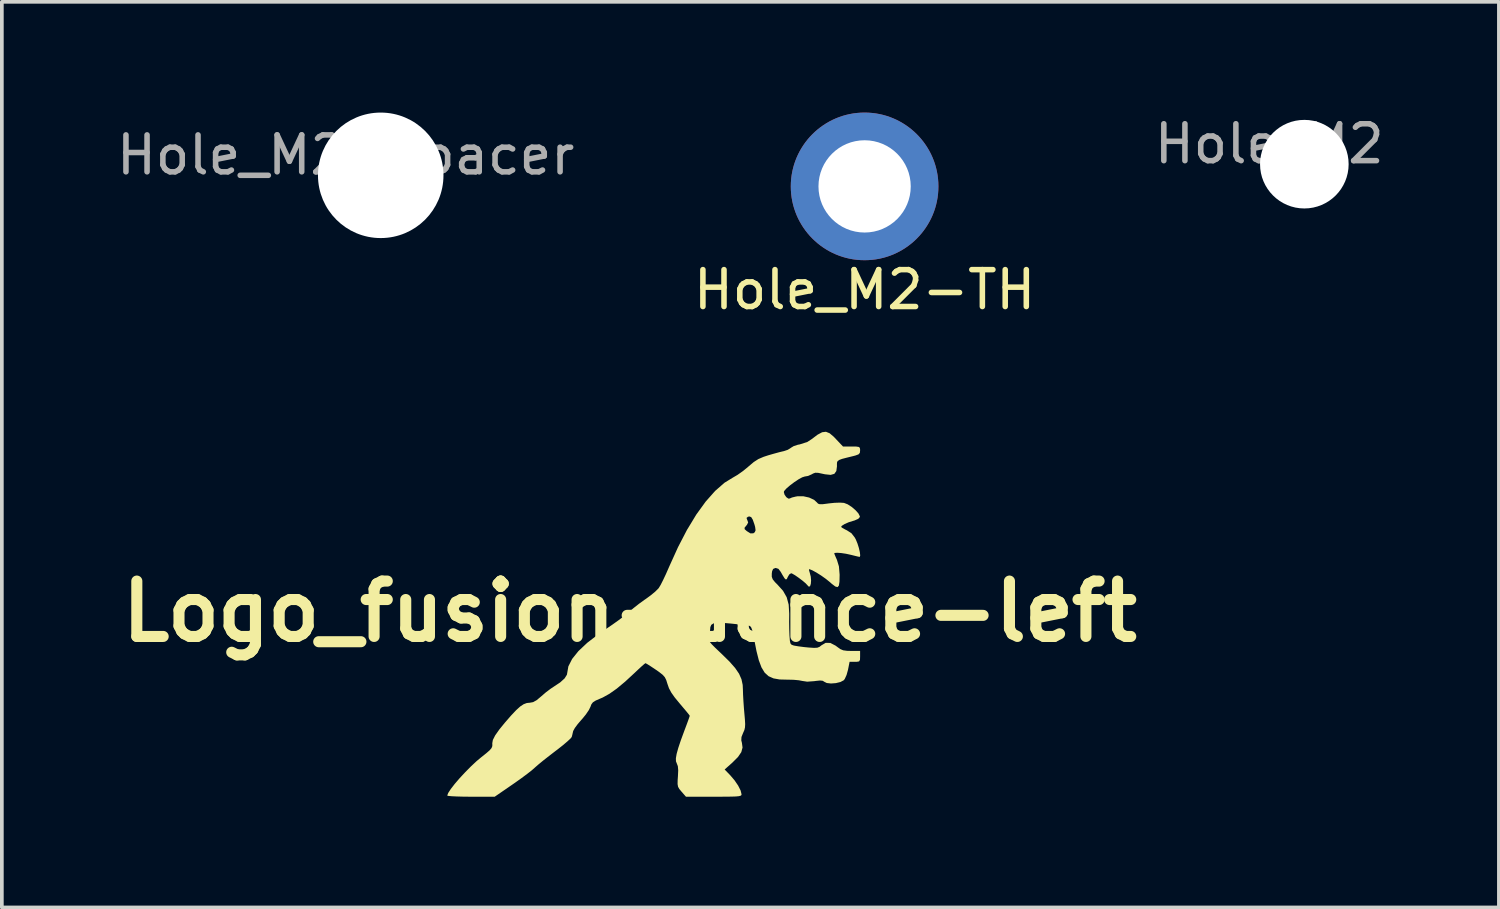
<source format=kicad_pcb>
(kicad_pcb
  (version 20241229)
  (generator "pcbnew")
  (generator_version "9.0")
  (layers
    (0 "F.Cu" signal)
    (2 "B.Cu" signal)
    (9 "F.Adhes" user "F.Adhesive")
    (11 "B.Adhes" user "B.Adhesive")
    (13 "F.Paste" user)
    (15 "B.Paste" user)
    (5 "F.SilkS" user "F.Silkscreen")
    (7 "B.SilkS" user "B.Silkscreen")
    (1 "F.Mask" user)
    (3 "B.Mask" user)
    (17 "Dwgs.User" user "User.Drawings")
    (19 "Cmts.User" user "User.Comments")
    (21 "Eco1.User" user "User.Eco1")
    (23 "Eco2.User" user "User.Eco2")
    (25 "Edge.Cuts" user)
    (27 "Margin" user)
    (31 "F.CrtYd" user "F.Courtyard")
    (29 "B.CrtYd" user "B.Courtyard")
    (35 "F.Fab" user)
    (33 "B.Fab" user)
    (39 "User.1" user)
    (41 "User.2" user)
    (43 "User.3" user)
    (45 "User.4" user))
  (footprint "Hole_M2"
    (layer "F.Cu")
    (at 32.289 1.398)
    (property "Reference" "Hole_M2" (at -0.95 -0.55 0) (layer "F.Fab") (effects (font (size 1 1) (thickness 0.15))))
    (attr exclude_from_pos_files exclude_from_bom)
    (pad "" np_thru_hole circle (at 0 0) (size 2.4 2.4) (drill 2.4) (layers "*.Cu" "*.Mask")))
  (footprint "Hole_M2-TH"
    (layer "F.Cu")
    (at 20.375 2)
    (property "Reference" "Hole_M2-TH" (at 0 2.8 0) (layer "F.SilkS") (effects (font (size 1 1) (thickness 0.15))))
    (attr through_hole)
    (pad "" thru_hole circle (at 0 0) (size 4 4) (drill 2.5) (layers "*.Cu" "*.Mask")))
  (footprint "Logo_fusion-dance-left"
    (layer "F.Cu")
    (at 14.014 13.515)
    (property "Reference" "Logo_fusion-dance-left" (at 0 0 0) (layer "F.SilkS") (effects (font (size 1.5 1.5) (thickness 0.3))))
    (attr board_only exclude_from_pos_files exclude_from_bom)
    (fp_poly (pts (xy 5.413 -4.827) (xy 5.524 -4.733) (xy 5.584 -4.67) (xy 5.776 -4.467) (xy 6.007 -4.467) (xy 6.134 -4.466) (xy 6.203 -4.456) (xy 6.232 -4.431) (xy 6.239 -4.383) (xy 6.239 -4.361) (xy 6.232 -4.295) (xy 6.197 -4.255) (xy 6.116 -4.225) (xy 6.064 -4.211) (xy 5.877 -4.165) (xy 5.75 -4.132) (xy 5.672 -4.103) (xy 5.63 -4.073) (xy 5.613 -4.033) (xy 5.611 -3.978) (xy 5.612 -3.93) (xy 5.595 -3.803) (xy 5.541 -3.727) (xy 5.441 -3.699) (xy 5.288 -3.715) (xy 5.226 -3.728) (xy 5.104 -3.754) (xy 5.025 -3.757) (xy 4.964 -3.735) (xy 4.932 -3.716) (xy 4.829 -3.67) (xy 4.741 -3.655) (xy 4.671 -3.633) (xy 4.569 -3.577) (xy 4.452 -3.499) (xy 4.337 -3.412) (xy 4.241 -3.329) (xy 4.182 -3.262) (xy 4.172 -3.235) (xy 4.192 -3.163) (xy 4.24 -3.095) (xy 4.296 -3.056) (xy 4.332 -3.059) (xy 4.393 -3.086) (xy 4.495 -3.111) (xy 4.542 -3.119) (xy 4.699 -3.12) (xy 4.858 -3.085) (xy 4.993 -3.022) (xy 5.069 -2.952) (xy 5.1 -2.919) (xy 5.145 -2.904) (xy 5.222 -2.904) (xy 5.349 -2.92) (xy 5.391 -2.926) (xy 5.548 -2.942) (xy 5.694 -2.947) (xy 5.8 -2.94) (xy 5.802 -2.94) (xy 5.901 -2.902) (xy 6.011 -2.831) (xy 6.114 -2.743) (xy 6.194 -2.653) (xy 6.232 -2.577) (xy 6.232 -2.557) (xy 6.189 -2.508) (xy 6.089 -2.464) (xy 6.055 -2.454) (xy 5.929 -2.415) (xy 5.82 -2.367) (xy 5.745 -2.32) (xy 5.724 -2.289) (xy 5.755 -2.264) (xy 5.832 -2.221) (xy 5.881 -2.197) (xy 6.003 -2.119) (xy 6.092 -2.005) (xy 6.123 -1.949) (xy 6.168 -1.839) (xy 6.206 -1.718) (xy 6.232 -1.604) (xy 6.242 -1.517) (xy 6.231 -1.477) (xy 6.227 -1.477) (xy 6.183 -1.485) (xy 6.089 -1.508) (xy 5.993 -1.532) (xy 5.861 -1.561) (xy 5.73 -1.581) (xy 5.621 -1.589) (xy 5.552 -1.584) (xy 5.538 -1.573) (xy 5.552 -1.534) (xy 5.587 -1.451) (xy 5.611 -1.398) (xy 5.665 -1.221) (xy 5.684 -0.998) (xy 5.684 -0.978) (xy 5.68 -0.804) (xy 5.664 -0.699) (xy 5.628 -0.658) (xy 5.567 -0.675) (xy 5.472 -0.747) (xy 5.423 -0.791) (xy 5.313 -0.88) (xy 5.185 -0.971) (xy 5.055 -1.053) (xy 4.943 -1.114) (xy 4.867 -1.144) (xy 4.857 -1.144) (xy 4.855 -1.115) (xy 4.874 -1.05) (xy 4.902 -0.944) (xy 4.911 -0.838) (xy 4.904 -0.747) (xy 4.884 -0.685) (xy 4.852 -0.668) (xy 4.817 -0.703) (xy 4.768 -0.757) (xy 4.682 -0.83) (xy 4.578 -0.909) (xy 4.477 -0.979) (xy 4.399 -1.024) (xy 4.371 -1.034) (xy 4.321 -1.003) (xy 4.279 -0.932) (xy 4.254 -0.877) (xy 4.227 -0.864) (xy 4.191 -0.898) (xy 4.136 -0.987) (xy 4.089 -1.07) (xy 4.027 -1.153) (xy 3.957 -1.176) (xy 3.941 -1.175) (xy 3.883 -1.151) (xy 3.855 -1.089) (xy 3.846 -1.024) (xy 3.846 -0.939) (xy 3.871 -0.87) (xy 3.933 -0.793) (xy 3.998 -0.728) (xy 4.151 -0.558) (xy 4.25 -0.384) (xy 4.304 -0.184) (xy 4.318 0.059) (xy 4.318 0.1) (xy 4.316 0.287) (xy 4.319 0.48) (xy 4.325 0.644) (xy 4.326 0.663) (xy 4.336 0.792) (xy 4.351 0.866) (xy 4.382 0.903) (xy 4.437 0.923) (xy 4.469 0.93) (xy 4.573 0.947) (xy 4.718 0.966) (xy 4.85 0.979) (xy 4.99 0.988) (xy 5.078 0.984) (xy 5.138 0.961) (xy 5.19 0.92) (xy 5.305 0.852) (xy 5.432 0.854) (xy 5.575 0.928) (xy 5.611 0.955) (xy 5.7 1.02) (xy 5.781 1.054) (xy 5.885 1.068) (xy 5.997 1.071) (xy 6.239 1.071) (xy 6.239 1.218) (xy 6.236 1.313) (xy 6.211 1.355) (xy 6.145 1.366) (xy 6.096 1.366) (xy 5.954 1.366) (xy 5.911 1.583) (xy 5.872 1.723) (xy 5.823 1.831) (xy 5.795 1.866) (xy 5.706 1.913) (xy 5.582 1.943) (xy 5.45 1.953) (xy 5.336 1.94) (xy 5.275 1.91) (xy 5.227 1.88) (xy 5.155 1.872) (xy 5.036 1.884) (xy 5.005 1.889) (xy 4.806 1.904) (xy 4.673 1.884) (xy 4.579 1.866) (xy 4.44 1.853) (xy 4.282 1.849) (xy 4.261 1.849) (xy 4.058 1.844) (xy 3.893 1.815) (xy 3.76 1.756) (xy 3.654 1.66) (xy 3.568 1.519) (xy 3.495 1.325) (xy 3.431 1.072) (xy 3.374 0.782) (xy 3.34 0.608) (xy 3.312 0.495) (xy 3.285 0.428) (xy 3.254 0.396) (xy 3.231 0.388) (xy 3.165 0.379) (xy 3.044 0.364) (xy 2.887 0.345) (xy 2.747 0.33) (xy 2.527 0.311) (xy 2.371 0.309) (xy 2.267 0.325) (xy 2.207 0.364) (xy 2.181 0.427) (xy 2.178 0.472) (xy 2.167 0.584) (xy 2.146 0.686) (xy 2.135 0.733) (xy 2.139 0.776) (xy 2.165 0.825) (xy 2.22 0.891) (xy 2.312 0.984) (xy 2.449 1.114) (xy 2.493 1.156) (xy 2.7 1.359) (xy 2.853 1.533) (xy 2.959 1.688) (xy 3.025 1.838) (xy 3.058 1.992) (xy 3.064 2.121) (xy 3.068 2.255) (xy 3.078 2.435) (xy 3.092 2.632) (xy 3.102 2.746) (xy 3.118 2.928) (xy 3.125 3.054) (xy 3.12 3.143) (xy 3.104 3.213) (xy 3.074 3.282) (xy 3.069 3.292) (xy 3.025 3.403) (xy 3.02 3.494) (xy 3.037 3.562) (xy 3.054 3.689) (xy 3.02 3.813) (xy 2.93 3.945) (xy 2.779 4.096) (xy 2.775 4.1) (xy 2.569 4.283) (xy 2.721 4.44) (xy 2.837 4.576) (xy 2.935 4.72) (xy 3.002 4.853) (xy 3.027 4.955) (xy 3.027 4.956) (xy 3.022 4.978) (xy 3.001 4.994) (xy 2.955 5.006) (xy 2.874 5.014) (xy 2.749 5.018) (xy 2.57 5.02) (xy 2.329 5.021) (xy 2.274 5.021) (xy 1.521 5.021) (xy 1.402 4.885) (xy 1.341 4.812) (xy 1.307 4.751) (xy 1.294 4.678) (xy 1.296 4.57) (xy 1.303 4.474) (xy 1.311 4.305) (xy 1.301 4.193) (xy 1.273 4.12) (xy 1.273 4.12) (xy 1.25 4.061) (xy 1.248 3.978) (xy 1.268 3.861) (xy 1.312 3.702) (xy 1.382 3.492) (xy 1.476 3.236) (xy 1.535 3.079) (xy 1.583 2.949) (xy 1.614 2.86) (xy 1.624 2.828) (xy 1.602 2.796) (xy 1.541 2.72) (xy 1.45 2.612) (xy 1.353 2.497) (xy 1.217 2.332) (xy 1.124 2.2) (xy 1.061 2.083) (xy 1.02 1.966) (xy 0.986 1.858) (xy 0.947 1.781) (xy 0.886 1.714) (xy 0.79 1.639) (xy 0.702 1.578) (xy 0.582 1.498) (xy 0.487 1.437) (xy 0.431 1.405) (xy 0.424 1.403) (xy 0.39 1.427) (xy 0.316 1.492) (xy 0.214 1.586) (xy 0.136 1.66) (xy -0.127 1.903) (xy -0.354 2.092) (xy -0.554 2.233) (xy -0.734 2.333) (xy -0.8 2.361) (xy -0.926 2.416) (xy -1.001 2.464) (xy -1.044 2.522) (xy -1.066 2.583) (xy -1.11 2.673) (xy -1.191 2.792) (xy -1.292 2.916) (xy -1.31 2.935) (xy -1.41 3.051) (xy -1.489 3.158) (xy -1.533 3.237) (xy -1.537 3.249) (xy -1.559 3.346) (xy -1.574 3.402) (xy -1.608 3.445) (xy -1.691 3.522) (xy -1.811 3.624) (xy -1.958 3.74) (xy -2.023 3.789) (xy -2.189 3.917) (xy -2.346 4.04) (xy -2.477 4.148) (xy -2.568 4.227) (xy -2.584 4.242) (xy -2.661 4.309) (xy -2.784 4.405) (xy -2.939 4.52) (xy -3.112 4.643) (xy -3.187 4.695) (xy -3.661 5.021) (xy -4.304 5.021) (xy -4.513 5.019) (xy -4.693 5.014) (xy -4.833 5.007) (xy -4.922 4.998) (xy -4.947 4.99) (xy -4.921 4.92) (xy -4.85 4.811) (xy -4.744 4.674) (xy -4.611 4.519) (xy -4.461 4.358) (xy -4.304 4.199) (xy -4.15 4.055) (xy -4.025 3.951) (xy -3.886 3.84) (xy -3.797 3.762) (xy -3.747 3.703) (xy -3.726 3.65) (xy -3.725 3.592) (xy -3.727 3.574) (xy -3.711 3.483) (xy -3.648 3.359) (xy -3.534 3.197) (xy -3.388 3.018) (xy -3.217 2.821) (xy -3.08 2.676) (xy -2.97 2.576) (xy -2.876 2.514) (xy -2.791 2.482) (xy -2.707 2.474) (xy -2.62 2.458) (xy -2.526 2.406) (xy -2.407 2.307) (xy -2.399 2.3) (xy -2.275 2.193) (xy -2.145 2.095) (xy -2.056 2.036) (xy -1.886 1.923) (xy -1.766 1.814) (xy -1.705 1.716) (xy -1.698 1.679) (xy -1.665 1.489) (xy -1.563 1.288) (xy -1.393 1.076) (xy -1.153 0.85) (xy -0.842 0.611) (xy -0.652 0.481) (xy -0.473 0.359) (xy -0.299 0.235) (xy -0.149 0.121) (xy -0.039 0.031) (xy -0.023 0.016) (xy 0.098 -0.088) (xy 0.251 -0.208) (xy 0.406 -0.32) (xy 0.428 -0.334) (xy 0.563 -0.433) (xy 0.685 -0.533) (xy 0.771 -0.618) (xy 0.786 -0.637) (xy 0.834 -0.716) (xy 0.9 -0.846) (xy 0.978 -1.011) (xy 1.058 -1.193) (xy 1.069 -1.218) (xy 1.306 -1.741) (xy 1.55 -2.211) (xy 1.584 -2.266) (xy 3.108 -2.266) (xy 3.112 -2.227) (xy 3.17 -2.175) (xy 3.268 -2.114) (xy 3.345 -2.115) (xy 3.386 -2.146) (xy 3.407 -2.197) (xy 3.395 -2.289) (xy 3.377 -2.354) (xy 3.331 -2.485) (xy 3.288 -2.555) (xy 3.237 -2.573) (xy 3.201 -2.564) (xy 3.162 -2.533) (xy 3.18 -2.479) (xy 3.184 -2.472) (xy 3.206 -2.41) (xy 3.174 -2.346) (xy 3.155 -2.324) (xy 3.108 -2.266) (xy 1.584 -2.266) (xy 1.801 -2.624) (xy 2.056 -2.976) (xy 2.311 -3.264) (xy 2.565 -3.486) (xy 2.79 -3.624) (xy 2.918 -3.699) (xy 3.067 -3.804) (xy 3.207 -3.919) (xy 3.219 -3.93) (xy 3.358 -4.047) (xy 3.482 -4.127) (xy 3.624 -4.188) (xy 3.746 -4.228) (xy 3.902 -4.273) (xy 4.048 -4.313) (xy 4.156 -4.339) (xy 4.172 -4.342) (xy 4.279 -4.378) (xy 4.362 -4.43) (xy 4.365 -4.433) (xy 4.439 -4.478) (xy 4.552 -4.515) (xy 4.605 -4.525) (xy 4.81 -4.591) (xy 4.929 -4.669) (xy 5.087 -4.788) (xy 5.21 -4.854) (xy 5.313 -4.867)) (stroke (width 0) (type solid)) (fill yes) (layer "F.SilkS")))
  (footprint "Hole_M2-spacer"
    (layer "F.Cu")
    (at 7.265 1.7)
    (property "Reference" "Hole_M2-spacer" (at -0.95 -0.55 0) (layer "F.Fab") (effects (font (size 1 1) (thickness 0.15))))
    (attr exclude_from_pos_files exclude_from_bom)
    (pad "" np_thru_hole circle (at 0 0) (size 3.4 3.4) (drill 3.4) (layers "*.Cu" "*.Mask")))
  (gr_rect
    (start -3 -3)
    (end 37.56 21.536)
    (stroke (width 0.1) (type default))
    (fill no)
    (layer "Edge.Cuts")))
</source>
